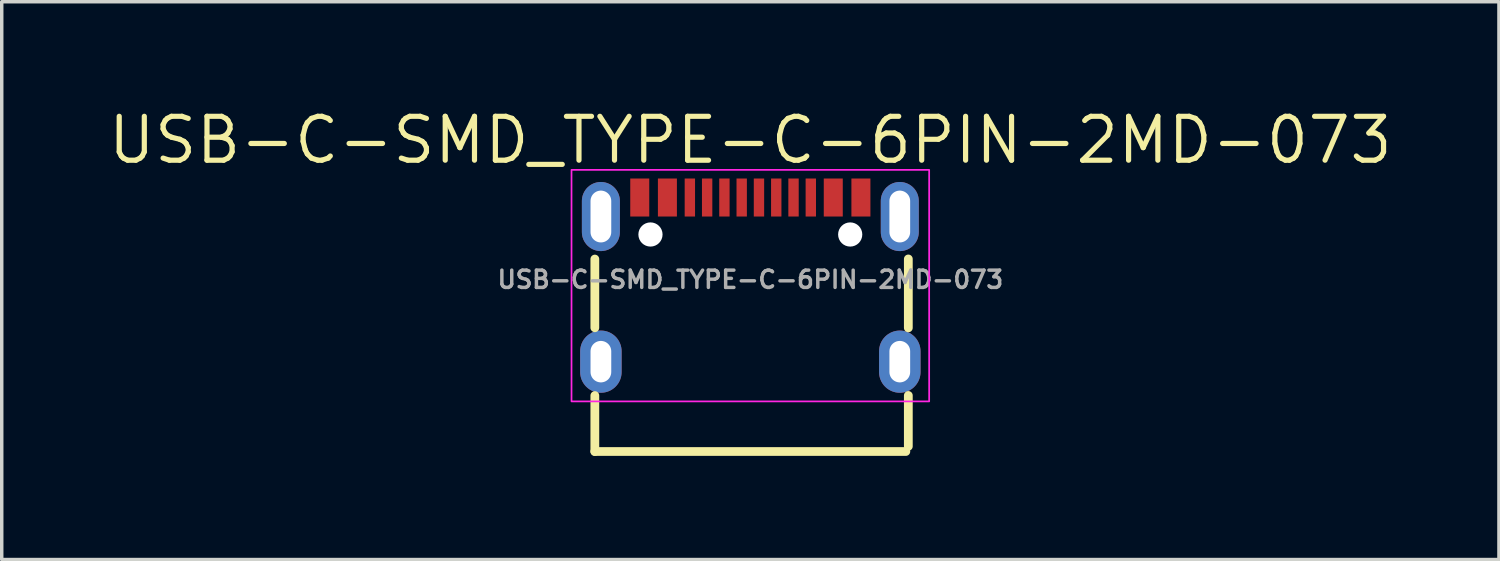
<source format=kicad_pcb>
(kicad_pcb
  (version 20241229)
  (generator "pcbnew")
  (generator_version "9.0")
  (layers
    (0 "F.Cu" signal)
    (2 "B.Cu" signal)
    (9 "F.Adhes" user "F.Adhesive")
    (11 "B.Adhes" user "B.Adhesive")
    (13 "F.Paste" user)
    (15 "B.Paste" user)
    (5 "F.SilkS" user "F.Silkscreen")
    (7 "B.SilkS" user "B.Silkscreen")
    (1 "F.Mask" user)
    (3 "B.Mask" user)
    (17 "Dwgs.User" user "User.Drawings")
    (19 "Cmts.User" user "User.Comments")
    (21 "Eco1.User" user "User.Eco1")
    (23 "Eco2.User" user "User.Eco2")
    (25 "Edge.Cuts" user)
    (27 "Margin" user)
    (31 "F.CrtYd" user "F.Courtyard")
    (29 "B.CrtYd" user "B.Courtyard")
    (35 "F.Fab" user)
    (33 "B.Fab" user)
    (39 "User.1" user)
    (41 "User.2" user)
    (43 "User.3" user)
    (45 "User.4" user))
  (footprint "USB-C-SMD_TYPE-C-6PIN-2MD-073"
    (layer "F.Cu")
    (at 18.664 5.041)
    (property "Reference" "USB-C-SMD_TYPE-C-6PIN-2MD-073" (at 0 -4.035 0) (layer "F.SilkS") (effects (font (size 1.27 1.27) (thickness 0.15))))
    (fp_line (start -4.5 1.394) (end -4.5 -0.594) (stroke (width 0.254) (type default)) (layer "F.SilkS"))
    (fp_line (start -4.5 4.975) (end -4.5 3.356) (stroke (width 0.254) (type default)) (layer "F.SilkS"))
    (fp_line (start 4.5 4.975) (end -4.5 4.975) (stroke (width 0.254) (type default)) (layer "F.SilkS"))
    (fp_line (start 4.572 1.397) (end 4.572 -0.597) (stroke (width 0.254) (type default)) (layer "F.SilkS"))
    (fp_line (start 4.572 4.826) (end 4.572 3.353) (stroke (width 0.254) (type default)) (layer "F.SilkS"))
    (fp_circle (center -2.89 -1.305) (end -2.765 -1.305) (stroke (width 0.25) (type default)) (fill no) (layer "Dwgs.User"))
    (fp_circle (center 2.89 -1.305) (end 3.015 -1.305) (stroke (width 0.25) (type default)) (fill no) (layer "Dwgs.User"))
    (fp_rect (start -5.175 -3.175) (end 5.175 3.525) (stroke (width 0.05) (type default)) (fill no) (layer "F.CrtYd"))
    (fp_circle (center -4.45 -2.649) (end -4.42 -2.649) (stroke (width 0.06) (type default)) (fill no) (layer "User.5"))
    (fp_text user "${REFERENCE}" (at 0 0 0) (layer "F.Fab") (effects (font (size 0.5 0.5) (thickness 0.1))))
    (pad "" np_thru_hole circle (at -2.89 -1.305) (size 0.7 0.7) (drill 0.7) (layers "*.Cu" "*.Mask"))
    (pad "" np_thru_hole circle (at 2.89 -1.305) (size 0.7 0.7) (drill 0.7) (layers "*.Cu" "*.Mask"))
    (pad "1" smd rect (at -3.2 -2.375) (size 0.55 1.1) (layers "F.Cu" "F.Mask" "F.Paste"))
    (pad "2" smd rect (at -2.4 -2.375) (size 0.55 1.1) (layers "F.Cu" "F.Mask" "F.Paste"))
    (pad "3" smd rect (at -1.75 -2.375) (size 0.3 1.1) (layers "F.Cu" "F.Mask" "F.Paste"))
    (pad "4" smd rect (at -1.25 -2.375) (size 0.3 1.1) (layers "F.Cu" "F.Mask" "F.Paste"))
    (pad "5" smd rect (at -0.75 -2.375) (size 0.3 1.1) (layers "F.Cu" "F.Mask" "F.Paste"))
    (pad "6" smd rect (at -0.25 -2.375) (size 0.3 1.1) (layers "F.Cu" "F.Mask" "F.Paste"))
    (pad "7" smd rect (at 0.25 -2.375) (size 0.3 1.1) (layers "F.Cu" "F.Mask" "F.Paste"))
    (pad "8" smd rect (at 0.75 -2.375) (size 0.3 1.1) (layers "F.Cu" "F.Mask" "F.Paste"))
    (pad "9" smd rect (at 1.25 -2.375) (size 0.3 1.1) (layers "F.Cu" "F.Mask" "F.Paste"))
    (pad "10" smd rect (at 1.75 -2.375) (size 0.3 1.1) (layers "F.Cu" "F.Mask" "F.Paste"))
    (pad "11" smd rect (at 2.4 -2.375) (size 0.55 1.1) (layers "F.Cu" "F.Mask" "F.Paste"))
    (pad "12" smd rect (at 3.2 -2.375) (size 0.55 1.1) (layers "F.Cu" "F.Mask" "F.Paste"))
    (pad "13" thru_hole oval (at -4.325 -1.825) (size 1.1 2) (drill oval 0.6 1.5) (layers "*.Cu" "*.Mask"))
    (pad "13" thru_hole oval (at -4.325 2.375) (size 1.2 1.8) (drill oval 0.6 1.2) (layers "*.Cu" "*.Mask"))
    (pad "14" thru_hole oval (at 4.325 -1.825) (size 1.1 2) (drill oval 0.6 1.5) (layers "*.Cu" "*.Mask"))
    (pad "14" thru_hole oval (at 4.325 2.375) (size 1.2 1.8) (drill oval 0.6 1.2) (layers "*.Cu" "*.Mask"))
    (zone (net_name "") (layer "F.Paste") (hatch edge 0.5) (priority 100) (connect_pads yes) (min_thickness 0) (filled_areas_thickness no) (fill yes) (polygon (pts (xy 15.164 2.116) (xy 15.164 3.216) (xy 15.764 3.216) (xy 15.764 2.116))) (filled_polygon (layer "F.Paste") (island) (pts (xy 15.164 2.116) (xy 15.164 3.216) (xy 15.764 3.216) (xy 15.764 2.116))))
    (zone (net_name "") (layer "F.Paste") (hatch edge 0.5) (priority 100) (connect_pads yes) (min_thickness 0) (filled_areas_thickness no) (fill yes) (polygon (pts (xy 15.964 2.116) (xy 15.964 3.216) (xy 16.564 3.216) (xy 16.564 2.116))) (filled_polygon (layer "F.Paste") (island) (pts (xy 15.964 2.116) (xy 15.964 3.216) (xy 16.564 3.216) (xy 16.564 2.116))))
    (zone (net_name "") (layer "F.Paste") (hatch edge 0.5) (priority 100) (connect_pads yes) (min_thickness 0) (filled_areas_thickness no) (fill yes) (polygon (pts (xy 17.064 3.216) (xy 17.064 2.116) (xy 16.764 2.116) (xy 16.764 3.216))) (filled_polygon (layer "F.Paste") (island) (pts (xy 17.064 3.216) (xy 17.064 2.116) (xy 16.764 2.116) (xy 16.764 3.216))))
    (zone (net_name "") (layer "F.Paste") (hatch edge 0.5) (priority 100) (connect_pads yes) (min_thickness 0) (filled_areas_thickness no) (fill yes) (polygon (pts (xy 17.564 3.216) (xy 17.564 2.116) (xy 17.264 2.116) (xy 17.264 3.216))) (filled_polygon (layer "F.Paste") (island) (pts (xy 17.564 3.216) (xy 17.564 2.116) (xy 17.264 2.116) (xy 17.264 3.216))))
    (zone (net_name "") (layer "F.Paste") (hatch edge 0.5) (priority 100) (connect_pads yes) (min_thickness 0) (filled_areas_thickness no) (fill yes) (polygon (pts (xy 18.064 3.216) (xy 18.064 2.116) (xy 17.764 2.116) (xy 17.764 3.216))) (filled_polygon (layer "F.Paste") (island) (pts (xy 18.064 3.216) (xy 18.064 2.116) (xy 17.764 2.116) (xy 17.764 3.216))))
    (zone (net_name "") (layer "F.Paste") (hatch edge 0.5) (priority 100) (connect_pads yes) (min_thickness 0) (filled_areas_thickness no) (fill yes) (polygon (pts (xy 18.564 3.216) (xy 18.564 2.116) (xy 18.264 2.116) (xy 18.264 3.216))) (filled_polygon (layer "F.Paste") (island) (pts (xy 18.564 3.216) (xy 18.564 2.116) (xy 18.264 2.116) (xy 18.264 3.216))))
    (zone (net_name "") (layer "F.Paste") (hatch edge 0.5) (priority 100) (connect_pads yes) (min_thickness 0) (filled_areas_thickness no) (fill yes) (polygon (pts (xy 19.064 3.216) (xy 19.064 2.116) (xy 18.764 2.116) (xy 18.764 3.216))) (filled_polygon (layer "F.Paste") (island) (pts (xy 19.064 3.216) (xy 19.064 2.116) (xy 18.764 2.116) (xy 18.764 3.216))))
    (zone (net_name "") (layer "F.Paste") (hatch edge 0.5) (priority 100) (connect_pads yes) (min_thickness 0) (filled_areas_thickness no) (fill yes) (polygon (pts (xy 19.564 3.216) (xy 19.564 2.116) (xy 19.264 2.116) (xy 19.264 3.216))) (filled_polygon (layer "F.Paste") (island) (pts (xy 19.564 3.216) (xy 19.564 2.116) (xy 19.264 2.116) (xy 19.264 3.216))))
    (zone (net_name "") (layer "F.Paste") (hatch edge 0.5) (priority 100) (connect_pads yes) (min_thickness 0) (filled_areas_thickness no) (fill yes) (polygon (pts (xy 20.064 3.216) (xy 20.064 2.116) (xy 19.764 2.116) (xy 19.764 3.216))) (filled_polygon (layer "F.Paste") (island) (pts (xy 20.064 3.216) (xy 20.064 2.116) (xy 19.764 2.116) (xy 19.764 3.216))))
    (zone (net_name "") (layer "F.Paste") (hatch edge 0.5) (priority 100) (connect_pads yes) (min_thickness 0) (filled_areas_thickness no) (fill yes) (polygon (pts (xy 20.264 2.116) (xy 20.264 3.216) (xy 20.564 3.216) (xy 20.564 2.116))) (filled_polygon (layer "F.Paste") (island) (pts (xy 20.264 2.116) (xy 20.264 3.216) (xy 20.564 3.216) (xy 20.564 2.116))))
    (zone (net_name "") (layer "F.Paste") (hatch edge 0.5) (priority 100) (connect_pads yes) (min_thickness 0) (filled_areas_thickness no) (fill yes) (polygon (pts (xy 20.764 2.116) (xy 20.764 3.216) (xy 21.364 3.216) (xy 21.364 2.116))) (filled_polygon (layer "F.Paste") (island) (pts (xy 20.764 2.116) (xy 20.764 3.216) (xy 21.364 3.216) (xy 21.364 2.116))))
    (zone (net_name "") (layer "F.Paste") (hatch edge 0.5) (priority 100) (connect_pads yes) (min_thickness 0) (filled_areas_thickness no) (fill yes) (polygon (pts (xy 22.164 3.216) (xy 22.164 2.116) (xy 21.564 2.116) (xy 21.564 3.216))) (filled_polygon (layer "F.Paste") (island) (pts (xy 22.164 3.216) (xy 22.164 2.116) (xy 21.564 2.116) (xy 21.564 3.216))))
    (zone (net_name "") (layer "F.Paste") (hatch edge 0.5) (priority 100) (connect_pads yes) (min_thickness 0) (filled_areas_thickness no) (fill yes) (polygon (pts (xy 14.324 2.216) (xy 14.294 2.218) (xy 14.265 2.221) (xy 14.235 2.225) (xy 14.206 2.231) (xy 14.177 2.239) (xy 14.148 2.247) (xy 14.12 2.258) (xy 14.092 2.269) (xy 14.065 2.282) (xy 14.039 2.296) (xy 14.014 2.312) (xy 13.989 2.329) (xy 13.965 2.347) (xy 13.942 2.366) (xy 13.92 2.387) (xy 13.899 2.408) (xy 13.88 2.43) (xy 13.861 2.454) (xy 13.843 2.478) (xy 13.827 2.503) (xy 13.812 2.529) (xy 13.799 2.556) (xy 13.786 2.583) (xy 13.775 2.611) (xy 13.766 2.639) (xy 13.758 2.668) (xy 13.751 2.697) (xy 13.746 2.727) (xy 13.742 2.756) (xy 13.74 2.786) (xy 13.739 2.816) (xy 13.739 3.616) (xy 13.74 3.646) (xy 13.742 3.676) (xy 13.746 3.705) (xy 13.751 3.735) (xy 13.758 3.764) (xy 13.766 3.793) (xy 13.775 3.821) (xy 13.786 3.849) (xy 13.799 3.876) (xy 13.812 3.903) (xy 13.827 3.929) (xy 13.843 3.954) (xy 13.861 3.978) (xy 13.88 4.002) (xy 13.899 4.024) (xy 13.92 4.046) (xy 13.942 4.066) (xy 13.965 4.085) (xy 13.989 4.103) (xy 14.014 4.12) (xy 14.039 4.136) (xy 14.065 4.15) (xy 14.092 4.163) (xy 14.12 4.175) (xy 14.148 4.185) (xy 14.177 4.194) (xy 14.206 4.201) (xy 14.235 4.207) (xy 14.265 4.211) (xy 14.294 4.214) (xy 14.324 4.216) (xy 14.354 4.216) (xy 14.384 4.214) (xy 14.414 4.211) (xy 14.443 4.207) (xy 14.473 4.201) (xy 14.502 4.194) (xy 14.53 4.185) (xy 14.558 4.175) (xy 14.586 4.163) (xy 14.613 4.15) (xy 14.639 4.136) (xy 14.665 4.12) (xy 14.689 4.103) (xy 14.713 4.085) (xy 14.736 4.066) (xy 14.758 4.046) (xy 14.779 4.024) (xy 14.799 4.002) (xy 14.817 3.978) (xy 14.835 3.954) (xy 14.851 3.929) (xy 14.866 3.903) (xy 14.88 3.876) (xy 14.892 3.849) (xy 14.903 3.821) (xy 14.913 3.793) (xy 14.921 3.764) (xy 14.927 3.735) (xy 14.932 3.705) (xy 14.936 3.676) (xy 14.938 3.646) (xy 14.939 3.616) (xy 14.939 2.816) (xy 14.938 2.786) (xy 14.936 2.756) (xy 14.932 2.727) (xy 14.927 2.697) (xy 14.921 2.668) (xy 14.913 2.639) (xy 14.903 2.611) (xy 14.892 2.583) (xy 14.88 2.556) (xy 14.866 2.529) (xy 14.851 2.503) (xy 14.835 2.478) (xy 14.817 2.454) (xy 14.799 2.43) (xy 14.779 2.408) (xy 14.758 2.387) (xy 14.736 2.366) (xy 14.713 2.347) (xy 14.689 2.329) (xy 14.665 2.312) (xy 14.639 2.296) (xy 14.613 2.282) (xy 14.586 2.269) (xy 14.558 2.258) (xy 14.53 2.247) (xy 14.502 2.239) (xy 14.473 2.231) (xy 14.443 2.225) (xy 14.414 2.221) (xy 14.384 2.218) (xy 14.354 2.216))) (filled_polygon (layer "F.Paste") (island) (pts (xy 14.324 2.216) (xy 14.294 2.218) (xy 14.265 2.221) (xy 14.235 2.225) (xy 14.206 2.231) (xy 14.177 2.239) (xy 14.148 2.247) (xy 14.12 2.258) (xy 14.092 2.269) (xy 14.065 2.282) (xy 14.039 2.296) (xy 14.014 2.312) (xy 13.989 2.329) (xy 13.965 2.347) (xy 13.942 2.366) (xy 13.92 2.387) (xy 13.899 2.408) (xy 13.88 2.43) (xy 13.861 2.454) (xy 13.843 2.478) (xy 13.827 2.503) (xy 13.812 2.529) (xy 13.799 2.556) (xy 13.786 2.583) (xy 13.775 2.611) (xy 13.766 2.639) (xy 13.758 2.668) (xy 13.751 2.697) (xy 13.746 2.727) (xy 13.742 2.756) (xy 13.74 2.786) (xy 13.739 2.816) (xy 13.739 3.616) (xy 13.74 3.646) (xy 13.742 3.676) (xy 13.746 3.705) (xy 13.751 3.735) (xy 13.758 3.764) (xy 13.766 3.793) (xy 13.775 3.821) (xy 13.786 3.849) (xy 13.799 3.876) (xy 13.812 3.903) (xy 13.827 3.929) (xy 13.843 3.954) (xy 13.861 3.978) (xy 13.88 4.002) (xy 13.899 4.024) (xy 13.92 4.046) (xy 13.942 4.066) (xy 13.965 4.085) (xy 13.989 4.103) (xy 14.014 4.12) (xy 14.039 4.136) (xy 14.065 4.15) (xy 14.092 4.163) (xy 14.12 4.175) (xy 14.148 4.185) (xy 14.177 4.194) (xy 14.206 4.201) (xy 14.235 4.207) (xy 14.265 4.211) (xy 14.294 4.214) (xy 14.324 4.216) (xy 14.354 4.216) (xy 14.384 4.214) (xy 14.414 4.211) (xy 14.443 4.207) (xy 14.473 4.201) (xy 14.502 4.194) (xy 14.53 4.185) (xy 14.558 4.175) (xy 14.586 4.163) (xy 14.613 4.15) (xy 14.639 4.136) (xy 14.665 4.12) (xy 14.689 4.103) (xy 14.713 4.085) (xy 14.736 4.066) (xy 14.758 4.046) (xy 14.779 4.024) (xy 14.799 4.002) (xy 14.817 3.978) (xy 14.835 3.954) (xy 14.851 3.929) (xy 14.866 3.903) (xy 14.88 3.876) (xy 14.892 3.849) (xy 14.903 3.821) (xy 14.913 3.793) (xy 14.921 3.764) (xy 14.927 3.735) (xy 14.932 3.705) (xy 14.936 3.676) (xy 14.938 3.646) (xy 14.939 3.616) (xy 14.939 2.816) (xy 14.938 2.786) (xy 14.936 2.756) (xy 14.932 2.727) (xy 14.927 2.697) (xy 14.921 2.668) (xy 14.913 2.639) (xy 14.903 2.611) (xy 14.892 2.583) (xy 14.88 2.556) (xy 14.866 2.529) (xy 14.851 2.503) (xy 14.835 2.478) (xy 14.817 2.454) (xy 14.799 2.43) (xy 14.779 2.408) (xy 14.758 2.387) (xy 14.736 2.366) (xy 14.713 2.347) (xy 14.689 2.329) (xy 14.665 2.312) (xy 14.639 2.296) (xy 14.613 2.282) (xy 14.586 2.269) (xy 14.558 2.258) (xy 14.53 2.247) (xy 14.502 2.239) (xy 14.473 2.231) (xy 14.443 2.225) (xy 14.414 2.221) (xy 14.384 2.218) (xy 14.354 2.216))))
    (zone (net_name "") (layer "F.Paste") (hatch edge 0.5) (priority 100) (connect_pads yes) (min_thickness 0) (filled_areas_thickness no) (fill yes) (polygon (pts (xy 14.384 6.668) (xy 14.354 6.666) (xy 14.324 6.666) (xy 14.294 6.668) (xy 14.265 6.671) (xy 14.235 6.675) (xy 14.206 6.681) (xy 14.177 6.689) (xy 14.148 6.697) (xy 14.12 6.708) (xy 14.092 6.719) (xy 14.065 6.732) (xy 14.039 6.747) (xy 14.014 6.762) (xy 13.989 6.779) (xy 13.965 6.797) (xy 13.942 6.816) (xy 13.92 6.837) (xy 13.899 6.858) (xy 13.88 6.881) (xy 13.861 6.904) (xy 13.843 6.928) (xy 13.827 6.953) (xy 13.812 6.979) (xy 13.799 7.006) (xy 13.786 7.033) (xy 13.775 7.061) (xy 13.766 7.089) (xy 13.758 7.118) (xy 13.751 7.147) (xy 13.746 7.177) (xy 13.742 7.207) (xy 13.74 7.236) (xy 13.739 7.266) (xy 13.739 7.566) (xy 13.74 7.596) (xy 13.742 7.626) (xy 13.746 7.656) (xy 13.751 7.685) (xy 13.758 7.714) (xy 13.766 7.743) (xy 13.775 7.771) (xy 13.786 7.799) (xy 13.799 7.827) (xy 13.812 7.853) (xy 13.827 7.879) (xy 13.843 7.904) (xy 13.861 7.928) (xy 13.88 7.952) (xy 13.899 7.974) (xy 13.92 7.996) (xy 13.942 8.016) (xy 13.965 8.035) (xy 13.989 8.053) (xy 14.014 8.07) (xy 14.039 8.086) (xy 14.065 8.1) (xy 14.092 8.113) (xy 14.12 8.125) (xy 14.148 8.135) (xy 14.177 8.144) (xy 14.206 8.151) (xy 14.235 8.157) (xy 14.265 8.162) (xy 14.294 8.165) (xy 14.324 8.166) (xy 14.354 8.166) (xy 14.384 8.165) (xy 14.414 8.162) (xy 14.443 8.157) (xy 14.473 8.151) (xy 14.502 8.144) (xy 14.53 8.135) (xy 14.558 8.125) (xy 14.586 8.113) (xy 14.613 8.1) (xy 14.639 8.086) (xy 14.665 8.07) (xy 14.689 8.053) (xy 14.713 8.035) (xy 14.736 8.016) (xy 14.758 7.996) (xy 14.779 7.974) (xy 14.799 7.952) (xy 14.817 7.928) (xy 14.835 7.904) (xy 14.851 7.879) (xy 14.866 7.853) (xy 14.88 7.827) (xy 14.892 7.799) (xy 14.903 7.771) (xy 14.913 7.743) (xy 14.921 7.714) (xy 14.927 7.685) (xy 14.932 7.656) (xy 14.936 7.626) (xy 14.938 7.596) (xy 14.939 7.566) (xy 14.939 7.266) (xy 14.938 7.236) (xy 14.936 7.207) (xy 14.932 7.177) (xy 14.927 7.147) (xy 14.921 7.118) (xy 14.913 7.089) (xy 14.903 7.061) (xy 14.892 7.033) (xy 14.88 7.006) (xy 14.866 6.979) (xy 14.851 6.953) (xy 14.835 6.928) (xy 14.817 6.904) (xy 14.799 6.881) (xy 14.779 6.858) (xy 14.758 6.837) (xy 14.736 6.816) (xy 14.713 6.797) (xy 14.689 6.779) (xy 14.665 6.762) (xy 14.639 6.747) (xy 14.613 6.732) (xy 14.586 6.719) (xy 14.558 6.708) (xy 14.53 6.697) (xy 14.502 6.689) (xy 14.473 6.681) (xy 14.443 6.675) (xy 14.414 6.671))) (filled_polygon (layer "F.Paste") (island) (pts (xy 14.384 6.668) (xy 14.354 6.666) (xy 14.324 6.666) (xy 14.294 6.668) (xy 14.265 6.671) (xy 14.235 6.675) (xy 14.206 6.681) (xy 14.177 6.689) (xy 14.148 6.697) (xy 14.12 6.708) (xy 14.092 6.719) (xy 14.065 6.732) (xy 14.039 6.747) (xy 14.014 6.762) (xy 13.989 6.779) (xy 13.965 6.797) (xy 13.942 6.816) (xy 13.92 6.837) (xy 13.899 6.858) (xy 13.88 6.881) (xy 13.861 6.904) (xy 13.843 6.928) (xy 13.827 6.953) (xy 13.812 6.979) (xy 13.799 7.006) (xy 13.786 7.033) (xy 13.775 7.061) (xy 13.766 7.089) (xy 13.758 7.118) (xy 13.751 7.147) (xy 13.746 7.177) (xy 13.742 7.207) (xy 13.74 7.236) (xy 13.739 7.266) (xy 13.739 7.566) (xy 13.74 7.596) (xy 13.742 7.626) (xy 13.746 7.656) (xy 13.751 7.685) (xy 13.758 7.714) (xy 13.766 7.743) (xy 13.775 7.771) (xy 13.786 7.799) (xy 13.799 7.827) (xy 13.812 7.853) (xy 13.827 7.879) (xy 13.843 7.904) (xy 13.861 7.928) (xy 13.88 7.952) (xy 13.899 7.974) (xy 13.92 7.996) (xy 13.942 8.016) (xy 13.965 8.035) (xy 13.989 8.053) (xy 14.014 8.07) (xy 14.039 8.086) (xy 14.065 8.1) (xy 14.092 8.113) (xy 14.12 8.125) (xy 14.148 8.135) (xy 14.177 8.144) (xy 14.206 8.151) (xy 14.235 8.157) (xy 14.265 8.162) (xy 14.294 8.165) (xy 14.324 8.166) (xy 14.354 8.166) (xy 14.384 8.165) (xy 14.414 8.162) (xy 14.443 8.157) (xy 14.473 8.151) (xy 14.502 8.144) (xy 14.53 8.135) (xy 14.558 8.125) (xy 14.586 8.113) (xy 14.613 8.1) (xy 14.639 8.086) (xy 14.665 8.07) (xy 14.689 8.053) (xy 14.713 8.035) (xy 14.736 8.016) (xy 14.758 7.996) (xy 14.779 7.974) (xy 14.799 7.952) (xy 14.817 7.928) (xy 14.835 7.904) (xy 14.851 7.879) (xy 14.866 7.853) (xy 14.88 7.827) (xy 14.892 7.799) (xy 14.903 7.771) (xy 14.913 7.743) (xy 14.921 7.714) (xy 14.927 7.685) (xy 14.932 7.656) (xy 14.936 7.626) (xy 14.938 7.596) (xy 14.939 7.566) (xy 14.939 7.266) (xy 14.938 7.236) (xy 14.936 7.207) (xy 14.932 7.177) (xy 14.927 7.147) (xy 14.921 7.118) (xy 14.913 7.089) (xy 14.903 7.061) (xy 14.892 7.033) (xy 14.88 7.006) (xy 14.866 6.979) (xy 14.851 6.953) (xy 14.835 6.928) (xy 14.817 6.904) (xy 14.799 6.881) (xy 14.779 6.858) (xy 14.758 6.837) (xy 14.736 6.816) (xy 14.713 6.797) (xy 14.689 6.779) (xy 14.665 6.762) (xy 14.639 6.747) (xy 14.613 6.732) (xy 14.586 6.719) (xy 14.558 6.708) (xy 14.53 6.697) (xy 14.502 6.689) (xy 14.473 6.681) (xy 14.443 6.675) (xy 14.414 6.671))))
    (zone (net_name "") (layer "F.Paste") (hatch edge 0.5) (priority 100) (connect_pads yes) (min_thickness 0) (filled_areas_thickness no) (fill yes) (polygon (pts (xy 22.974 6.666) (xy 22.944 6.668) (xy 22.915 6.671) (xy 22.885 6.675) (xy 22.856 6.681) (xy 22.827 6.689) (xy 22.798 6.697) (xy 22.77 6.708) (xy 22.742 6.719) (xy 22.715 6.732) (xy 22.689 6.747) (xy 22.664 6.762) (xy 22.639 6.779) (xy 22.615 6.797) (xy 22.592 6.816) (xy 22.57 6.837) (xy 22.549 6.858) (xy 22.529 6.881) (xy 22.511 6.904) (xy 22.493 6.928) (xy 22.477 6.953) (xy 22.462 6.979) (xy 22.449 7.006) (xy 22.436 7.033) (xy 22.425 7.061) (xy 22.416 7.089) (xy 22.408 7.118) (xy 22.401 7.147) (xy 22.396 7.177) (xy 22.392 7.207) (xy 22.39 7.236) (xy 22.389 7.266) (xy 22.389 7.566) (xy 22.39 7.596) (xy 22.392 7.626) (xy 22.396 7.656) (xy 22.401 7.685) (xy 22.408 7.714) (xy 22.416 7.743) (xy 22.425 7.771) (xy 22.436 7.799) (xy 22.449 7.827) (xy 22.462 7.853) (xy 22.477 7.879) (xy 22.493 7.904) (xy 22.511 7.928) (xy 22.529 7.952) (xy 22.549 7.974) (xy 22.57 7.996) (xy 22.592 8.016) (xy 22.615 8.035) (xy 22.639 8.053) (xy 22.664 8.07) (xy 22.689 8.086) (xy 22.715 8.1) (xy 22.742 8.113) (xy 22.77 8.125) (xy 22.798 8.135) (xy 22.827 8.144) (xy 22.856 8.151) (xy 22.885 8.157) (xy 22.915 8.162) (xy 22.944 8.165) (xy 22.974 8.166) (xy 23.004 8.166) (xy 23.034 8.165) (xy 23.064 8.162) (xy 23.093 8.157) (xy 23.123 8.151) (xy 23.152 8.144) (xy 23.18 8.135) (xy 23.208 8.125) (xy 23.236 8.113) (xy 23.263 8.1) (xy 23.289 8.086) (xy 23.315 8.07) (xy 23.339 8.053) (xy 23.363 8.035) (xy 23.386 8.016) (xy 23.408 7.996) (xy 23.429 7.974) (xy 23.449 7.952) (xy 23.467 7.928) (xy 23.485 7.904) (xy 23.501 7.879) (xy 23.516 7.853) (xy 23.53 7.827) (xy 23.542 7.799) (xy 23.553 7.771) (xy 23.562 7.743) (xy 23.571 7.714) (xy 23.577 7.685) (xy 23.582 7.656) (xy 23.586 7.626) (xy 23.588 7.596) (xy 23.589 7.566) (xy 23.589 7.266) (xy 23.588 7.236) (xy 23.586 7.207) (xy 23.582 7.177) (xy 23.577 7.147) (xy 23.571 7.118) (xy 23.562 7.089) (xy 23.553 7.061) (xy 23.542 7.033) (xy 23.53 7.006) (xy 23.516 6.979) (xy 23.501 6.953) (xy 23.485 6.928) (xy 23.467 6.904) (xy 23.449 6.881) (xy 23.429 6.858) (xy 23.408 6.837) (xy 23.386 6.816) (xy 23.363 6.797) (xy 23.339 6.779) (xy 23.315 6.762) (xy 23.289 6.747) (xy 23.263 6.732) (xy 23.236 6.719) (xy 23.208 6.708) (xy 23.18 6.697) (xy 23.152 6.689) (xy 23.123 6.681) (xy 23.093 6.675) (xy 23.064 6.671) (xy 23.034 6.668) (xy 23.004 6.666))) (filled_polygon (layer "F.Paste") (island) (pts (xy 22.974 6.666) (xy 22.944 6.668) (xy 22.915 6.671) (xy 22.885 6.675) (xy 22.856 6.681) (xy 22.827 6.689) (xy 22.798 6.697) (xy 22.77 6.708) (xy 22.742 6.719) (xy 22.715 6.732) (xy 22.689 6.747) (xy 22.664 6.762) (xy 22.639 6.779) (xy 22.615 6.797) (xy 22.592 6.816) (xy 22.57 6.837) (xy 22.549 6.858) (xy 22.529 6.881) (xy 22.511 6.904) (xy 22.493 6.928) (xy 22.477 6.953) (xy 22.462 6.979) (xy 22.449 7.006) (xy 22.436 7.033) (xy 22.425 7.061) (xy 22.416 7.089) (xy 22.408 7.118) (xy 22.401 7.147) (xy 22.396 7.177) (xy 22.392 7.207) (xy 22.39 7.236) (xy 22.389 7.266) (xy 22.389 7.566) (xy 22.39 7.596) (xy 22.392 7.626) (xy 22.396 7.656) (xy 22.401 7.685) (xy 22.408 7.714) (xy 22.416 7.743) (xy 22.425 7.771) (xy 22.436 7.799) (xy 22.449 7.827) (xy 22.462 7.853) (xy 22.477 7.879) (xy 22.493 7.904) (xy 22.511 7.928) (xy 22.529 7.952) (xy 22.549 7.974) (xy 22.57 7.996) (xy 22.592 8.016) (xy 22.615 8.035) (xy 22.639 8.053) (xy 22.664 8.07) (xy 22.689 8.086) (xy 22.715 8.1) (xy 22.742 8.113) (xy 22.77 8.125) (xy 22.798 8.135) (xy 22.827 8.144) (xy 22.856 8.151) (xy 22.885 8.157) (xy 22.915 8.162) (xy 22.944 8.165) (xy 22.974 8.166) (xy 23.004 8.166) (xy 23.034 8.165) (xy 23.064 8.162) (xy 23.093 8.157) (xy 23.123 8.151) (xy 23.152 8.144) (xy 23.18 8.135) (xy 23.208 8.125) (xy 23.236 8.113) (xy 23.263 8.1) (xy 23.289 8.086) (xy 23.315 8.07) (xy 23.339 8.053) (xy 23.363 8.035) (xy 23.386 8.016) (xy 23.408 7.996) (xy 23.429 7.974) (xy 23.449 7.952) (xy 23.467 7.928) (xy 23.485 7.904) (xy 23.501 7.879) (xy 23.516 7.853) (xy 23.53 7.827) (xy 23.542 7.799) (xy 23.553 7.771) (xy 23.562 7.743) (xy 23.571 7.714) (xy 23.577 7.685) (xy 23.582 7.656) (xy 23.586 7.626) (xy 23.588 7.596) (xy 23.589 7.566) (xy 23.589 7.266) (xy 23.588 7.236) (xy 23.586 7.207) (xy 23.582 7.177) (xy 23.577 7.147) (xy 23.571 7.118) (xy 23.562 7.089) (xy 23.553 7.061) (xy 23.542 7.033) (xy 23.53 7.006) (xy 23.516 6.979) (xy 23.501 6.953) (xy 23.485 6.928) (xy 23.467 6.904) (xy 23.449 6.881) (xy 23.429 6.858) (xy 23.408 6.837) (xy 23.386 6.816) (xy 23.363 6.797) (xy 23.339 6.779) (xy 23.315 6.762) (xy 23.289 6.747) (xy 23.263 6.732) (xy 23.236 6.719) (xy 23.208 6.708) (xy 23.18 6.697) (xy 23.152 6.689) (xy 23.123 6.681) (xy 23.093 6.675) (xy 23.064 6.671) (xy 23.034 6.668) (xy 23.004 6.666))))
    (zone (net_name "") (layer "F.Paste") (hatch edge 0.5) (priority 100) (connect_pads yes) (min_thickness 0) (filled_areas_thickness no) (fill yes) (polygon (pts (xy 23.034 2.218) (xy 23.004 2.216) (xy 22.974 2.216) (xy 22.944 2.218) (xy 22.915 2.221) (xy 22.885 2.225) (xy 22.856 2.231) (xy 22.827 2.239) (xy 22.798 2.247) (xy 22.77 2.258) (xy 22.742 2.269) (xy 22.715 2.282) (xy 22.689 2.296) (xy 22.664 2.312) (xy 22.639 2.329) (xy 22.615 2.347) (xy 22.592 2.366) (xy 22.57 2.387) (xy 22.549 2.408) (xy 22.529 2.43) (xy 22.511 2.454) (xy 22.493 2.478) (xy 22.477 2.503) (xy 22.462 2.529) (xy 22.449 2.556) (xy 22.436 2.583) (xy 22.425 2.611) (xy 22.416 2.639) (xy 22.408 2.668) (xy 22.401 2.697) (xy 22.396 2.727) (xy 22.392 2.756) (xy 22.39 2.786) (xy 22.389 2.816) (xy 22.389 3.616) (xy 22.39 3.646) (xy 22.392 3.676) (xy 22.396 3.705) (xy 22.401 3.735) (xy 22.408 3.764) (xy 22.416 3.793) (xy 22.425 3.821) (xy 22.436 3.849) (xy 22.449 3.876) (xy 22.462 3.903) (xy 22.477 3.929) (xy 22.493 3.954) (xy 22.511 3.978) (xy 22.529 4.002) (xy 22.549 4.024) (xy 22.57 4.046) (xy 22.592 4.066) (xy 22.615 4.085) (xy 22.639 4.103) (xy 22.664 4.12) (xy 22.689 4.136) (xy 22.715 4.15) (xy 22.742 4.163) (xy 22.77 4.175) (xy 22.798 4.185) (xy 22.827 4.194) (xy 22.856 4.201) (xy 22.885 4.207) (xy 22.915 4.211) (xy 22.944 4.214) (xy 22.974 4.216) (xy 23.004 4.216) (xy 23.034 4.214) (xy 23.064 4.211) (xy 23.093 4.207) (xy 23.123 4.201) (xy 23.152 4.194) (xy 23.18 4.185) (xy 23.208 4.175) (xy 23.236 4.163) (xy 23.263 4.15) (xy 23.289 4.136) (xy 23.315 4.12) (xy 23.339 4.103) (xy 23.363 4.085) (xy 23.386 4.066) (xy 23.408 4.046) (xy 23.429 4.024) (xy 23.449 4.002) (xy 23.467 3.978) (xy 23.485 3.954) (xy 23.501 3.929) (xy 23.516 3.903) (xy 23.53 3.876) (xy 23.542 3.849) (xy 23.553 3.821) (xy 23.562 3.793) (xy 23.571 3.764) (xy 23.577 3.735) (xy 23.582 3.705) (xy 23.586 3.676) (xy 23.588 3.646) (xy 23.589 3.616) (xy 23.589 2.816) (xy 23.588 2.786) (xy 23.586 2.756) (xy 23.582 2.727) (xy 23.577 2.697) (xy 23.571 2.668) (xy 23.562 2.639) (xy 23.553 2.611) (xy 23.542 2.583) (xy 23.53 2.556) (xy 23.516 2.529) (xy 23.501 2.503) (xy 23.485 2.478) (xy 23.467 2.454) (xy 23.449 2.43) (xy 23.429 2.408) (xy 23.408 2.387) (xy 23.386 2.366) (xy 23.363 2.347) (xy 23.339 2.329) (xy 23.315 2.312) (xy 23.289 2.296) (xy 23.263 2.282) (xy 23.236 2.269) (xy 23.208 2.258) (xy 23.18 2.247) (xy 23.152 2.239) (xy 23.123 2.231) (xy 23.093 2.225) (xy 23.064 2.221))) (filled_polygon (layer "F.Paste") (island) (pts (xy 23.034 2.218) (xy 23.004 2.216) (xy 22.974 2.216) (xy 22.944 2.218) (xy 22.915 2.221) (xy 22.885 2.225) (xy 22.856 2.231) (xy 22.827 2.239) (xy 22.798 2.247) (xy 22.77 2.258) (xy 22.742 2.269) (xy 22.715 2.282) (xy 22.689 2.296) (xy 22.664 2.312) (xy 22.639 2.329) (xy 22.615 2.347) (xy 22.592 2.366) (xy 22.57 2.387) (xy 22.549 2.408) (xy 22.529 2.43) (xy 22.511 2.454) (xy 22.493 2.478) (xy 22.477 2.503) (xy 22.462 2.529) (xy 22.449 2.556) (xy 22.436 2.583) (xy 22.425 2.611) (xy 22.416 2.639) (xy 22.408 2.668) (xy 22.401 2.697) (xy 22.396 2.727) (xy 22.392 2.756) (xy 22.39 2.786) (xy 22.389 2.816) (xy 22.389 3.616) (xy 22.39 3.646) (xy 22.392 3.676) (xy 22.396 3.705) (xy 22.401 3.735) (xy 22.408 3.764) (xy 22.416 3.793) (xy 22.425 3.821) (xy 22.436 3.849) (xy 22.449 3.876) (xy 22.462 3.903) (xy 22.477 3.929) (xy 22.493 3.954) (xy 22.511 3.978) (xy 22.529 4.002) (xy 22.549 4.024) (xy 22.57 4.046) (xy 22.592 4.066) (xy 22.615 4.085) (xy 22.639 4.103) (xy 22.664 4.12) (xy 22.689 4.136) (xy 22.715 4.15) (xy 22.742 4.163) (xy 22.77 4.175) (xy 22.798 4.185) (xy 22.827 4.194) (xy 22.856 4.201) (xy 22.885 4.207) (xy 22.915 4.211) (xy 22.944 4.214) (xy 22.974 4.216) (xy 23.004 4.216) (xy 23.034 4.214) (xy 23.064 4.211) (xy 23.093 4.207) (xy 23.123 4.201) (xy 23.152 4.194) (xy 23.18 4.185) (xy 23.208 4.175) (xy 23.236 4.163) (xy 23.263 4.15) (xy 23.289 4.136) (xy 23.315 4.12) (xy 23.339 4.103) (xy 23.363 4.085) (xy 23.386 4.066) (xy 23.408 4.046) (xy 23.429 4.024) (xy 23.449 4.002) (xy 23.467 3.978) (xy 23.485 3.954) (xy 23.501 3.929) (xy 23.516 3.903) (xy 23.53 3.876) (xy 23.542 3.849) (xy 23.553 3.821) (xy 23.562 3.793) (xy 23.571 3.764) (xy 23.577 3.735) (xy 23.582 3.705) (xy 23.586 3.676) (xy 23.588 3.646) (xy 23.589 3.616) (xy 23.589 2.816) (xy 23.588 2.786) (xy 23.586 2.756) (xy 23.582 2.727) (xy 23.577 2.697) (xy 23.571 2.668) (xy 23.562 2.639) (xy 23.553 2.611) (xy 23.542 2.583) (xy 23.53 2.556) (xy 23.516 2.529) (xy 23.501 2.503) (xy 23.485 2.478) (xy 23.467 2.454) (xy 23.449 2.43) (xy 23.429 2.408) (xy 23.408 2.387) (xy 23.386 2.366) (xy 23.363 2.347) (xy 23.339 2.329) (xy 23.315 2.312) (xy 23.289 2.296) (xy 23.263 2.282) (xy 23.236 2.269) (xy 23.208 2.258) (xy 23.18 2.247) (xy 23.152 2.239) (xy 23.123 2.231) (xy 23.093 2.225) (xy 23.064 2.221))))
    (zone (net_name "") (layer "User.3") (hatch edge 0.5) (priority 100) (connect_pads yes) (min_thickness 0) (filled_areas_thickness no) (fill yes) (polygon (pts (xy 14.214 10.042) (xy 14.214 2.692) (xy 23.114 2.692) (xy 23.114 10.042))) (filled_polygon (layer "User.3") (island) (pts (xy 14.214 10.042) (xy 14.214 2.692) (xy 23.114 2.692) (xy 23.114 10.042))))
    (zone (net_name "") (layer "User.4") (hatch edge 0.5) (priority 100) (connect_pads yes) (min_thickness 0) (filled_areas_thickness no) (fill yes) (polygon (pts (xy 14.214 2.692) (xy 14.464 2.692) (xy 14.464 3.792) (xy 14.214 3.792))) (filled_polygon (layer "User.4") (island) (pts (xy 14.214 2.692) (xy 14.464 2.692) (xy 14.464 3.792) (xy 14.214 3.792))))
    (zone (net_name "") (layer "User.4") (hatch edge 0.5) (priority 100) (connect_pads yes) (min_thickness 0) (filled_areas_thickness no) (fill yes) (polygon (pts (xy 14.214 7.066) (xy 14.464 7.066) (xy 14.464 7.766) (xy 14.214 7.766))) (filled_polygon (layer "User.4") (island) (pts (xy 14.214 7.066) (xy 14.464 7.066) (xy 14.464 7.766) (xy 14.214 7.766))))
    (zone (net_name "") (layer "User.4") (hatch edge 0.5) (priority 100) (connect_pads yes) (min_thickness 0) (filled_areas_thickness no) (fill yes) (polygon (pts (xy 15.264 2.392) (xy 15.664 2.392) (xy 15.664 3.242) (xy 15.264 3.242))) (filled_polygon (layer "User.4") (island) (pts (xy 15.264 2.392) (xy 15.664 2.392) (xy 15.664 3.242) (xy 15.264 3.242))))
    (zone (net_name "") (layer "User.4") (hatch edge 0.5) (priority 100) (connect_pads yes) (min_thickness 0) (filled_areas_thickness no) (fill yes) (polygon (pts (xy 16.064 2.392) (xy 16.464 2.392) (xy 16.464 3.242) (xy 16.064 3.242))) (filled_polygon (layer "User.4") (island) (pts (xy 16.064 2.392) (xy 16.464 2.392) (xy 16.464 3.242) (xy 16.064 3.242))))
    (zone (net_name "") (layer "User.4") (hatch edge 0.5) (priority 100) (connect_pads yes) (min_thickness 0) (filled_areas_thickness no) (fill yes) (polygon (pts (xy 16.814 2.392) (xy 17.014 2.392) (xy 17.014 3.242) (xy 16.814 3.242))) (filled_polygon (layer "User.4") (island) (pts (xy 16.814 2.392) (xy 17.014 2.392) (xy 17.014 3.242) (xy 16.814 3.242))))
    (zone (net_name "") (layer "User.4") (hatch edge 0.5) (priority 100) (connect_pads yes) (min_thickness 0) (filled_areas_thickness no) (fill yes) (polygon (pts (xy 17.314 2.392) (xy 17.514 2.392) (xy 17.514 3.242) (xy 17.314 3.242))) (filled_polygon (layer "User.4") (island) (pts (xy 17.314 2.392) (xy 17.514 2.392) (xy 17.514 3.242) (xy 17.314 3.242))))
    (zone (net_name "") (layer "User.4") (hatch edge 0.5) (priority 100) (connect_pads yes) (min_thickness 0) (filled_areas_thickness no) (fill yes) (polygon (pts (xy 17.814 2.392) (xy 18.014 2.392) (xy 18.014 3.242) (xy 17.814 3.242))) (filled_polygon (layer "User.4") (island) (pts (xy 17.814 2.392) (xy 18.014 2.392) (xy 18.014 3.242) (xy 17.814 3.242))))
    (zone (net_name "") (layer "User.4") (hatch edge 0.5) (priority 100) (connect_pads yes) (min_thickness 0) (filled_areas_thickness no) (fill yes) (polygon (pts (xy 18.314 2.392) (xy 18.514 2.392) (xy 18.514 3.242) (xy 18.314 3.242))) (filled_polygon (layer "User.4") (island) (pts (xy 18.314 2.392) (xy 18.514 2.392) (xy 18.514 3.242) (xy 18.314 3.242))))
    (zone (net_name "") (layer "User.4") (hatch edge 0.5) (priority 100) (connect_pads yes) (min_thickness 0) (filled_areas_thickness no) (fill yes) (polygon (pts (xy 18.814 2.392) (xy 19.014 2.392) (xy 19.014 3.242) (xy 18.814 3.242))) (filled_polygon (layer "User.4") (island) (pts (xy 18.814 2.392) (xy 19.014 2.392) (xy 19.014 3.242) (xy 18.814 3.242))))
    (zone (net_name "") (layer "User.4") (hatch edge 0.5) (priority 100) (connect_pads yes) (min_thickness 0) (filled_areas_thickness no) (fill yes) (polygon (pts (xy 19.314 2.392) (xy 19.514 2.392) (xy 19.514 3.242) (xy 19.314 3.242))) (filled_polygon (layer "User.4") (island) (pts (xy 19.314 2.392) (xy 19.514 2.392) (xy 19.514 3.242) (xy 19.314 3.242))))
    (zone (net_name "") (layer "User.4") (hatch edge 0.5) (priority 100) (connect_pads yes) (min_thickness 0) (filled_areas_thickness no) (fill yes) (polygon (pts (xy 19.814 2.392) (xy 20.014 2.392) (xy 20.014 3.242) (xy 19.814 3.242))) (filled_polygon (layer "User.4") (island) (pts (xy 19.814 2.392) (xy 20.014 2.392) (xy 20.014 3.242) (xy 19.814 3.242))))
    (zone (net_name "") (layer "User.4") (hatch edge 0.5) (priority 100) (connect_pads yes) (min_thickness 0) (filled_areas_thickness no) (fill yes) (polygon (pts (xy 20.314 2.392) (xy 20.514 2.392) (xy 20.514 3.242) (xy 20.314 3.242))) (filled_polygon (layer "User.4") (island) (pts (xy 20.314 2.392) (xy 20.514 2.392) (xy 20.514 3.242) (xy 20.314 3.242))))
    (zone (net_name "") (layer "User.4") (hatch edge 0.5) (priority 100) (connect_pads yes) (min_thickness 0) (filled_areas_thickness no) (fill yes) (polygon (pts (xy 20.864 2.392) (xy 21.264 2.392) (xy 21.264 3.242) (xy 20.864 3.242))) (filled_polygon (layer "User.4") (island) (pts (xy 20.864 2.392) (xy 21.264 2.392) (xy 21.264 3.242) (xy 20.864 3.242))))
    (zone (net_name "") (layer "User.4") (hatch edge 0.5) (priority 100) (connect_pads yes) (min_thickness 0) (filled_areas_thickness no) (fill yes) (polygon (pts (xy 21.664 2.392) (xy 22.064 2.392) (xy 22.064 3.242) (xy 21.664 3.242))) (filled_polygon (layer "User.4") (island) (pts (xy 21.664 2.392) (xy 22.064 2.392) (xy 22.064 3.242) (xy 21.664 3.242))))
    (zone (net_name "") (layer "User.4") (hatch edge 0.5) (priority 100) (connect_pads yes) (min_thickness 0) (filled_areas_thickness no) (fill yes) (polygon (pts (xy 22.864 2.692) (xy 23.114 2.692) (xy 23.114 3.792) (xy 22.864 3.792))) (filled_polygon (layer "User.4") (island) (pts (xy 22.864 2.692) (xy 23.114 2.692) (xy 23.114 3.792) (xy 22.864 3.792))))
    (zone (net_name "") (layer "User.4") (hatch edge 0.5) (priority 100) (connect_pads yes) (min_thickness 0) (filled_areas_thickness no) (fill yes) (polygon (pts (xy 22.864 7.066) (xy 23.114 7.066) (xy 23.114 7.766) (xy 22.864 7.766))) (filled_polygon (layer "User.4") (island) (pts (xy 22.864 7.066) (xy 23.114 7.066) (xy 23.114 7.766) (xy 22.864 7.766)))))
  (gr_rect
    (start -3 -3)
    (end 40.328 13.143)
    (stroke (width 0.1) (type default))
    (fill no)
    (layer "Edge.Cuts")))
</source>
